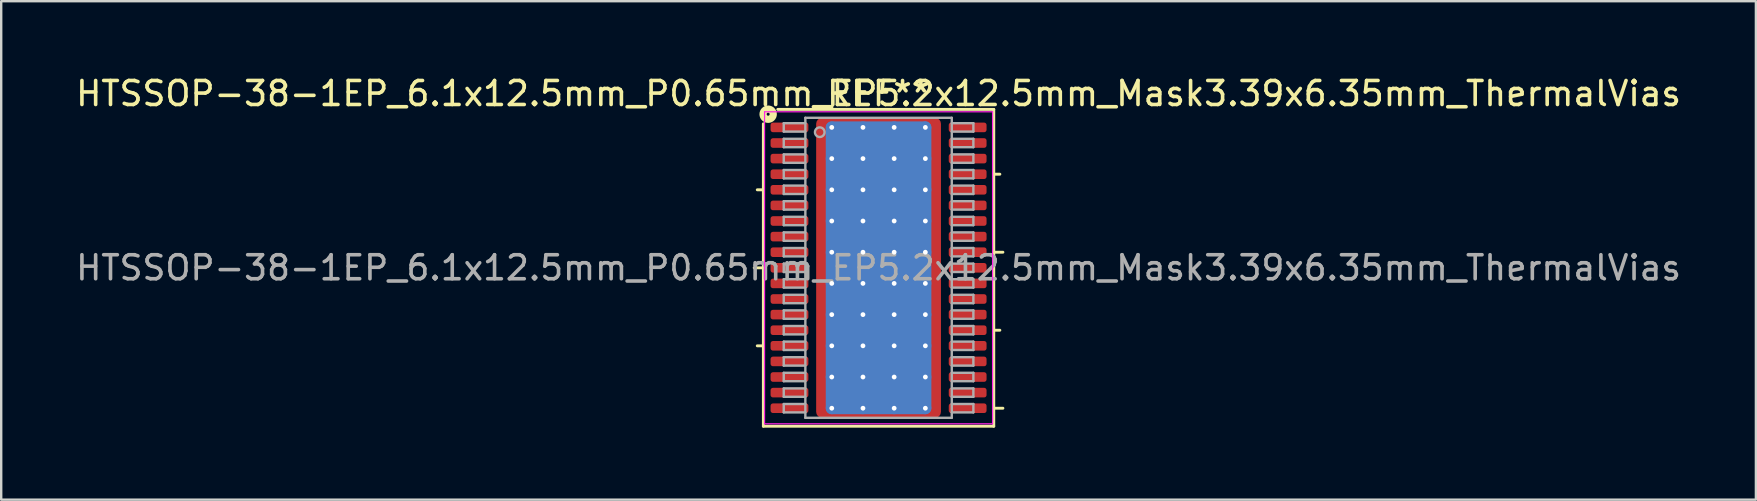
<source format=kicad_pcb>
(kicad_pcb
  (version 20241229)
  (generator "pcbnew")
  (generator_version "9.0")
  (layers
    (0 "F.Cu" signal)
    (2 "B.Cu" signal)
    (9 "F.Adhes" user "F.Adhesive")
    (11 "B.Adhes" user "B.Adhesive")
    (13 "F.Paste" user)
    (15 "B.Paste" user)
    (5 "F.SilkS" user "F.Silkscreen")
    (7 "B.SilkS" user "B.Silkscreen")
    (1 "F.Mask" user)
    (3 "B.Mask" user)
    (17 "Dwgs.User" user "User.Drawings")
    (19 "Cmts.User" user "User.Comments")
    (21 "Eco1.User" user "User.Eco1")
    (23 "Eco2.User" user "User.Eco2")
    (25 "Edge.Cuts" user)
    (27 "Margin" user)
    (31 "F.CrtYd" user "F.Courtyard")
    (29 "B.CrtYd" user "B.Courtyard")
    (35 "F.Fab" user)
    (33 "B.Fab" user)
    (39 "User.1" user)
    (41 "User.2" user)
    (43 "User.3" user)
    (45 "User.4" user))
  (footprint "HTSSOP-38-1EP_6.1x12.5mm_P0.65mm_EP5.2x12.5mm_Mask3.39x6.35mm_ThermalVias"
    (layer "F.Cu")
    (at 33.554 8.108)
    (property "Reference" "HTSSOP-38-1EP_6.1x12.5mm_P0.65mm_EP5.2x12.5mm_Mask3.39x6.35mm_ThermalVias" (at 0 -7.26 0) (layer "F.SilkS") (effects (font (size 1 1) (thickness 0.15))))
    (attr smd)
    (fp_line (start -4.8 -3.25) (end -5.054 -3.25) (stroke (width 0.12) (type solid)) (layer "F.SilkS"))
    (fp_line (start -4.8 0) (end -5.181 0) (stroke (width 0.12) (type solid)) (layer "F.SilkS"))
    (fp_line (start -4.8 3.25) (end -5.054 3.25) (stroke (width 0.12) (type solid)) (layer "F.SilkS"))
    (fp_line (start -4.8 6.6) (end -4.8 -6) (stroke (width 0.12) (type solid)) (layer "F.SilkS"))
    (fp_line (start -4.2 -6.6) (end 4.8 -6.6) (stroke (width 0.12) (type solid)) (layer "F.SilkS"))
    (fp_line (start 4.8 -6.6) (end 4.8 6.6) (stroke (width 0.12) (type solid)) (layer "F.SilkS"))
    (fp_line (start 4.8 -3.9) (end 5.054 -3.9) (stroke (width 0.12) (type solid)) (layer "F.SilkS"))
    (fp_line (start 4.8 -0.65) (end 5.181 -0.65) (stroke (width 0.12) (type solid)) (layer "F.SilkS"))
    (fp_line (start 4.8 2.6) (end 5.054 2.6) (stroke (width 0.12) (type solid)) (layer "F.SilkS"))
    (fp_line (start 4.8 5.85) (end 5.181 5.85) (stroke (width 0.12) (type solid)) (layer "F.SilkS"))
    (fp_line (start 4.8 6.6) (end -4.8 6.6) (stroke (width 0.12) (type solid)) (layer "F.SilkS"))
    (fp_circle (center -4.6 -6.4) (end -4.537 -6.4) (stroke (width 0.3) (type solid)) (fill no) (layer "F.SilkS"))
    (fp_line (start -4.75 -6.5) (end -4.75 6.5) (stroke (width 0.05) (type solid)) (layer "F.CrtYd"))
    (fp_line (start -4.75 6.5) (end 4.75 6.5) (stroke (width 0.05) (type solid)) (layer "F.CrtYd"))
    (fp_line (start 4.75 -6.5) (end -4.75 -6.5) (stroke (width 0.05) (type solid)) (layer "F.CrtYd"))
    (fp_line (start 4.75 6.5) (end 4.75 -6.5) (stroke (width 0.05) (type solid)) (layer "F.CrtYd"))
    (fp_line (start -3.95 -6.025) (end -3.95 -5.675) (stroke (width 0.1) (type solid)) (layer "F.Fab"))
    (fp_line (start -3.95 -6.025) (end -3.05 -6.025) (stroke (width 0.1) (type solid)) (layer "F.Fab"))
    (fp_line (start -3.95 -5.675) (end -3.05 -5.675) (stroke (width 0.1) (type solid)) (layer "F.Fab"))
    (fp_line (start -3.95 -5.375) (end -3.95 -5.025) (stroke (width 0.1) (type solid)) (layer "F.Fab"))
    (fp_line (start -3.95 -5.375) (end -3.05 -5.375) (stroke (width 0.1) (type solid)) (layer "F.Fab"))
    (fp_line (start -3.95 -5.025) (end -3.05 -5.025) (stroke (width 0.1) (type solid)) (layer "F.Fab"))
    (fp_line (start -3.95 -4.725) (end -3.95 -4.375) (stroke (width 0.1) (type solid)) (layer "F.Fab"))
    (fp_line (start -3.95 -4.725) (end -3.05 -4.725) (stroke (width 0.1) (type solid)) (layer "F.Fab"))
    (fp_line (start -3.95 -4.375) (end -3.05 -4.375) (stroke (width 0.1) (type solid)) (layer "F.Fab"))
    (fp_line (start -3.95 -4.075) (end -3.95 -3.725) (stroke (width 0.1) (type solid)) (layer "F.Fab"))
    (fp_line (start -3.95 -4.075) (end -3.05 -4.075) (stroke (width 0.1) (type solid)) (layer "F.Fab"))
    (fp_line (start -3.95 -3.725) (end -3.05 -3.725) (stroke (width 0.1) (type solid)) (layer "F.Fab"))
    (fp_line (start -3.95 -3.425) (end -3.95 -3.075) (stroke (width 0.1) (type solid)) (layer "F.Fab"))
    (fp_line (start -3.95 -3.425) (end -3.05 -3.425) (stroke (width 0.1) (type solid)) (layer "F.Fab"))
    (fp_line (start -3.95 -3.075) (end -3.05 -3.075) (stroke (width 0.1) (type solid)) (layer "F.Fab"))
    (fp_line (start -3.95 -2.775) (end -3.95 -2.425) (stroke (width 0.1) (type solid)) (layer "F.Fab"))
    (fp_line (start -3.95 -2.775) (end -3.05 -2.775) (stroke (width 0.1) (type solid)) (layer "F.Fab"))
    (fp_line (start -3.95 -2.425) (end -3.05 -2.425) (stroke (width 0.1) (type solid)) (layer "F.Fab"))
    (fp_line (start -3.95 -2.125) (end -3.95 -1.775) (stroke (width 0.1) (type solid)) (layer "F.Fab"))
    (fp_line (start -3.95 -2.125) (end -3.05 -2.125) (stroke (width 0.1) (type solid)) (layer "F.Fab"))
    (fp_line (start -3.95 -1.775) (end -3.05 -1.775) (stroke (width 0.1) (type solid)) (layer "F.Fab"))
    (fp_line (start -3.95 -1.475) (end -3.95 -1.125) (stroke (width 0.1) (type solid)) (layer "F.Fab"))
    (fp_line (start -3.95 -1.475) (end -3.05 -1.475) (stroke (width 0.1) (type solid)) (layer "F.Fab"))
    (fp_line (start -3.95 -1.125) (end -3.05 -1.125) (stroke (width 0.1) (type solid)) (layer "F.Fab"))
    (fp_line (start -3.95 -0.825) (end -3.95 -0.475) (stroke (width 0.1) (type solid)) (layer "F.Fab"))
    (fp_line (start -3.95 -0.825) (end -3.05 -0.825) (stroke (width 0.1) (type solid)) (layer "F.Fab"))
    (fp_line (start -3.95 -0.475) (end -3.05 -0.475) (stroke (width 0.1) (type solid)) (layer "F.Fab"))
    (fp_line (start -3.95 -0.175) (end -3.95 0.175) (stroke (width 0.1) (type solid)) (layer "F.Fab"))
    (fp_line (start -3.95 -0.175) (end -3.05 -0.175) (stroke (width 0.1) (type solid)) (layer "F.Fab"))
    (fp_line (start -3.95 0.175) (end -3.05 0.175) (stroke (width 0.1) (type solid)) (layer "F.Fab"))
    (fp_line (start -3.95 0.475) (end -3.95 0.825) (stroke (width 0.1) (type solid)) (layer "F.Fab"))
    (fp_line (start -3.95 0.475) (end -3.05 0.475) (stroke (width 0.1) (type solid)) (layer "F.Fab"))
    (fp_line (start -3.95 0.825) (end -3.05 0.825) (stroke (width 0.1) (type solid)) (layer "F.Fab"))
    (fp_line (start -3.95 1.125) (end -3.95 1.475) (stroke (width 0.1) (type solid)) (layer "F.Fab"))
    (fp_line (start -3.95 1.125) (end -3.05 1.125) (stroke (width 0.1) (type solid)) (layer "F.Fab"))
    (fp_line (start -3.95 1.475) (end -3.05 1.475) (stroke (width 0.1) (type solid)) (layer "F.Fab"))
    (fp_line (start -3.95 1.775) (end -3.95 2.125) (stroke (width 0.1) (type solid)) (layer "F.Fab"))
    (fp_line (start -3.95 1.775) (end -3.05 1.775) (stroke (width 0.1) (type solid)) (layer "F.Fab"))
    (fp_line (start -3.95 2.125) (end -3.05 2.125) (stroke (width 0.1) (type solid)) (layer "F.Fab"))
    (fp_line (start -3.95 2.425) (end -3.95 2.775) (stroke (width 0.1) (type solid)) (layer "F.Fab"))
    (fp_line (start -3.95 2.425) (end -3.05 2.425) (stroke (width 0.1) (type solid)) (layer "F.Fab"))
    (fp_line (start -3.95 2.775) (end -3.05 2.775) (stroke (width 0.1) (type solid)) (layer "F.Fab"))
    (fp_line (start -3.95 3.075) (end -3.95 3.425) (stroke (width 0.1) (type solid)) (layer "F.Fab"))
    (fp_line (start -3.95 3.075) (end -3.05 3.075) (stroke (width 0.1) (type solid)) (layer "F.Fab"))
    (fp_line (start -3.95 3.425) (end -3.05 3.425) (stroke (width 0.1) (type solid)) (layer "F.Fab"))
    (fp_line (start -3.95 3.725) (end -3.95 4.075) (stroke (width 0.1) (type solid)) (layer "F.Fab"))
    (fp_line (start -3.95 3.725) (end -3.05 3.725) (stroke (width 0.1) (type solid)) (layer "F.Fab"))
    (fp_line (start -3.95 4.075) (end -3.05 4.075) (stroke (width 0.1) (type solid)) (layer "F.Fab"))
    (fp_line (start -3.95 4.375) (end -3.95 4.725) (stroke (width 0.1) (type solid)) (layer "F.Fab"))
    (fp_line (start -3.95 4.375) (end -3.05 4.375) (stroke (width 0.1) (type solid)) (layer "F.Fab"))
    (fp_line (start -3.95 4.725) (end -3.05 4.725) (stroke (width 0.1) (type solid)) (layer "F.Fab"))
    (fp_line (start -3.95 5.025) (end -3.95 5.375) (stroke (width 0.1) (type solid)) (layer "F.Fab"))
    (fp_line (start -3.95 5.025) (end -3.05 5.025) (stroke (width 0.1) (type solid)) (layer "F.Fab"))
    (fp_line (start -3.95 5.375) (end -3.05 5.375) (stroke (width 0.1) (type solid)) (layer "F.Fab"))
    (fp_line (start -3.95 5.675) (end -3.95 6.025) (stroke (width 0.1) (type solid)) (layer "F.Fab"))
    (fp_line (start -3.95 5.675) (end -3.05 5.675) (stroke (width 0.1) (type solid)) (layer "F.Fab"))
    (fp_line (start -3.95 6.025) (end -3.05 6.025) (stroke (width 0.1) (type solid)) (layer "F.Fab"))
    (fp_line (start -3.05 -6.25) (end 3.05 -6.25) (stroke (width 0.1) (type solid)) (layer "F.Fab"))
    (fp_line (start -3.05 6.25) (end -3.05 -6.25) (stroke (width 0.1) (type solid)) (layer "F.Fab"))
    (fp_line (start 3.05 -6.25) (end 3.05 6.25) (stroke (width 0.1) (type solid)) (layer "F.Fab"))
    (fp_line (start 3.05 6.25) (end -3.05 6.25) (stroke (width 0.1) (type solid)) (layer "F.Fab"))
    (fp_line (start 3.95 -6.025) (end 3.05 -6.025) (stroke (width 0.1) (type solid)) (layer "F.Fab"))
    (fp_line (start 3.95 -5.675) (end 3.05 -5.675) (stroke (width 0.1) (type solid)) (layer "F.Fab"))
    (fp_line (start 3.95 -5.675) (end 3.95 -6.025) (stroke (width 0.1) (type solid)) (layer "F.Fab"))
    (fp_line (start 3.95 -5.375) (end 3.05 -5.375) (stroke (width 0.1) (type solid)) (layer "F.Fab"))
    (fp_line (start 3.95 -5.025) (end 3.05 -5.025) (stroke (width 0.1) (type solid)) (layer "F.Fab"))
    (fp_line (start 3.95 -5.025) (end 3.95 -5.375) (stroke (width 0.1) (type solid)) (layer "F.Fab"))
    (fp_line (start 3.95 -4.725) (end 3.05 -4.725) (stroke (width 0.1) (type solid)) (layer "F.Fab"))
    (fp_line (start 3.95 -4.375) (end 3.05 -4.375) (stroke (width 0.1) (type solid)) (layer "F.Fab"))
    (fp_line (start 3.95 -4.375) (end 3.95 -4.725) (stroke (width 0.1) (type solid)) (layer "F.Fab"))
    (fp_line (start 3.95 -4.075) (end 3.05 -4.075) (stroke (width 0.1) (type solid)) (layer "F.Fab"))
    (fp_line (start 3.95 -3.725) (end 3.05 -3.725) (stroke (width 0.1) (type solid)) (layer "F.Fab"))
    (fp_line (start 3.95 -3.725) (end 3.95 -4.075) (stroke (width 0.1) (type solid)) (layer "F.Fab"))
    (fp_line (start 3.95 -3.425) (end 3.05 -3.425) (stroke (width 0.1) (type solid)) (layer "F.Fab"))
    (fp_line (start 3.95 -3.075) (end 3.05 -3.075) (stroke (width 0.1) (type solid)) (layer "F.Fab"))
    (fp_line (start 3.95 -3.075) (end 3.95 -3.425) (stroke (width 0.1) (type solid)) (layer "F.Fab"))
    (fp_line (start 3.95 -2.775) (end 3.05 -2.775) (stroke (width 0.1) (type solid)) (layer "F.Fab"))
    (fp_line (start 3.95 -2.425) (end 3.05 -2.425) (stroke (width 0.1) (type solid)) (layer "F.Fab"))
    (fp_line (start 3.95 -2.425) (end 3.95 -2.775) (stroke (width 0.1) (type solid)) (layer "F.Fab"))
    (fp_line (start 3.95 -2.125) (end 3.05 -2.125) (stroke (width 0.1) (type solid)) (layer "F.Fab"))
    (fp_line (start 3.95 -1.775) (end 3.05 -1.775) (stroke (width 0.1) (type solid)) (layer "F.Fab"))
    (fp_line (start 3.95 -1.775) (end 3.95 -2.125) (stroke (width 0.1) (type solid)) (layer "F.Fab"))
    (fp_line (start 3.95 -1.475) (end 3.05 -1.475) (stroke (width 0.1) (type solid)) (layer "F.Fab"))
    (fp_line (start 3.95 -1.125) (end 3.05 -1.125) (stroke (width 0.1) (type solid)) (layer "F.Fab"))
    (fp_line (start 3.95 -1.125) (end 3.95 -1.475) (stroke (width 0.1) (type solid)) (layer "F.Fab"))
    (fp_line (start 3.95 -0.825) (end 3.05 -0.825) (stroke (width 0.1) (type solid)) (layer "F.Fab"))
    (fp_line (start 3.95 -0.475) (end 3.05 -0.475) (stroke (width 0.1) (type solid)) (layer "F.Fab"))
    (fp_line (start 3.95 -0.475) (end 3.95 -0.825) (stroke (width 0.1) (type solid)) (layer "F.Fab"))
    (fp_line (start 3.95 -0.175) (end 3.05 -0.175) (stroke (width 0.1) (type solid)) (layer "F.Fab"))
    (fp_line (start 3.95 0.175) (end 3.05 0.175) (stroke (width 0.1) (type solid)) (layer "F.Fab"))
    (fp_line (start 3.95 0.175) (end 3.95 -0.175) (stroke (width 0.1) (type solid)) (layer "F.Fab"))
    (fp_line (start 3.95 0.475) (end 3.05 0.475) (stroke (width 0.1) (type solid)) (layer "F.Fab"))
    (fp_line (start 3.95 0.825) (end 3.05 0.825) (stroke (width 0.1) (type solid)) (layer "F.Fab"))
    (fp_line (start 3.95 0.825) (end 3.95 0.475) (stroke (width 0.1) (type solid)) (layer "F.Fab"))
    (fp_line (start 3.95 1.125) (end 3.05 1.125) (stroke (width 0.1) (type solid)) (layer "F.Fab"))
    (fp_line (start 3.95 1.475) (end 3.05 1.475) (stroke (width 0.1) (type solid)) (layer "F.Fab"))
    (fp_line (start 3.95 1.475) (end 3.95 1.125) (stroke (width 0.1) (type solid)) (layer "F.Fab"))
    (fp_line (start 3.95 1.775) (end 3.05 1.775) (stroke (width 0.1) (type solid)) (layer "F.Fab"))
    (fp_line (start 3.95 2.125) (end 3.05 2.125) (stroke (width 0.1) (type solid)) (layer "F.Fab"))
    (fp_line (start 3.95 2.125) (end 3.95 1.775) (stroke (width 0.1) (type solid)) (layer "F.Fab"))
    (fp_line (start 3.95 2.425) (end 3.05 2.425) (stroke (width 0.1) (type solid)) (layer "F.Fab"))
    (fp_line (start 3.95 2.775) (end 3.05 2.775) (stroke (width 0.1) (type solid)) (layer "F.Fab"))
    (fp_line (start 3.95 2.775) (end 3.95 2.425) (stroke (width 0.1) (type solid)) (layer "F.Fab"))
    (fp_line (start 3.95 3.075) (end 3.05 3.075) (stroke (width 0.1) (type solid)) (layer "F.Fab"))
    (fp_line (start 3.95 3.425) (end 3.05 3.425) (stroke (width 0.1) (type solid)) (layer "F.Fab"))
    (fp_line (start 3.95 3.425) (end 3.95 3.075) (stroke (width 0.1) (type solid)) (layer "F.Fab"))
    (fp_line (start 3.95 3.725) (end 3.05 3.725) (stroke (width 0.1) (type solid)) (layer "F.Fab"))
    (fp_line (start 3.95 4.075) (end 3.05 4.075) (stroke (width 0.1) (type solid)) (layer "F.Fab"))
    (fp_line (start 3.95 4.075) (end 3.95 3.725) (stroke (width 0.1) (type solid)) (layer "F.Fab"))
    (fp_line (start 3.95 4.375) (end 3.05 4.375) (stroke (width 0.1) (type solid)) (layer "F.Fab"))
    (fp_line (start 3.95 4.725) (end 3.05 4.725) (stroke (width 0.1) (type solid)) (layer "F.Fab"))
    (fp_line (start 3.95 4.725) (end 3.95 4.375) (stroke (width 0.1) (type solid)) (layer "F.Fab"))
    (fp_line (start 3.95 5.025) (end 3.05 5.025) (stroke (width 0.1) (type solid)) (layer "F.Fab"))
    (fp_line (start 3.95 5.375) (end 3.05 5.375) (stroke (width 0.1) (type solid)) (layer "F.Fab"))
    (fp_line (start 3.95 5.375) (end 3.95 5.025) (stroke (width 0.1) (type solid)) (layer "F.Fab"))
    (fp_line (start 3.95 5.675) (end 3.05 5.675) (stroke (width 0.1) (type solid)) (layer "F.Fab"))
    (fp_line (start 3.95 6.025) (end 3.05 6.025) (stroke (width 0.1) (type solid)) (layer "F.Fab"))
    (fp_line (start 3.95 6.025) (end 3.95 5.675) (stroke (width 0.1) (type solid)) (layer "F.Fab"))
    (fp_circle (center -2.45 -5.65) (end -2.25 -5.65) (stroke (width 0.1) (type solid)) (fill no) (layer "F.Fab"))
    (fp_text user "REF**" (at 0 -7.26 0) (layer "F.SilkS") (effects (font (size 1 1) (thickness 0.15))))
    (fp_text user "${REFERENCE}" (at 0 0 0) (layer "F.Fab") (effects (font (size 1 1) (thickness 0.15))))
    (pad "" smd roundrect (at -0.85 -2.12) (size 1.37 1.71) (layers "F.Paste") (roundrect_rratio 0.182))
    (pad "" smd roundrect (at -0.85 0) (size 1.37 1.71) (layers "F.Paste") (roundrect_rratio 0.182))
    (pad "" smd roundrect (at -0.85 2.12) (size 1.37 1.71) (layers "F.Paste") (roundrect_rratio 0.182))
    (pad "" smd roundrect (at 0 0) (size 3.39 6.35) (layers "F.Mask") (roundrect_rratio 0.074))
    (pad "" smd roundrect (at 0.85 -2.12) (size 1.37 1.71) (layers "F.Paste") (roundrect_rratio 0.182))
    (pad "" smd roundrect (at 0.85 0) (size 1.37 1.71) (layers "F.Paste") (roundrect_rratio 0.182))
    (pad "" smd roundrect (at 0.85 2.12) (size 1.37 1.71) (layers "F.Paste") (roundrect_rratio 0.182))
    (pad "1" smd roundrect (at -3.712 -5.85) (size 1.575 0.4) (layers "F.Cu" "F.Mask" "F.Paste") (roundrect_rratio 0.25))
    (pad "2" smd roundrect (at -3.712 -5.2) (size 1.575 0.4) (layers "F.Cu" "F.Mask" "F.Paste") (roundrect_rratio 0.25))
    (pad "3" smd roundrect (at -3.712 -4.55) (size 1.575 0.4) (layers "F.Cu" "F.Mask" "F.Paste") (roundrect_rratio 0.25))
    (pad "4" smd roundrect (at -3.712 -3.9) (size 1.575 0.4) (layers "F.Cu" "F.Mask" "F.Paste") (roundrect_rratio 0.25))
    (pad "5" smd roundrect (at -3.712 -3.25) (size 1.575 0.4) (layers "F.Cu" "F.Mask" "F.Paste") (roundrect_rratio 0.25))
    (pad "6" smd roundrect (at -3.712 -2.6) (size 1.575 0.4) (layers "F.Cu" "F.Mask" "F.Paste") (roundrect_rratio 0.25))
    (pad "7" smd roundrect (at -3.712 -1.95) (size 1.575 0.4) (layers "F.Cu" "F.Mask" "F.Paste") (roundrect_rratio 0.25))
    (pad "8" smd roundrect (at -3.712 -1.3) (size 1.575 0.4) (layers "F.Cu" "F.Mask" "F.Paste") (roundrect_rratio 0.25))
    (pad "9" smd roundrect (at -3.712 -0.65) (size 1.575 0.4) (layers "F.Cu" "F.Mask" "F.Paste") (roundrect_rratio 0.25))
    (pad "10" smd roundrect (at -3.712 0) (size 1.575 0.4) (layers "F.Cu" "F.Mask" "F.Paste") (roundrect_rratio 0.25))
    (pad "11" smd roundrect (at -3.712 0.65) (size 1.575 0.4) (layers "F.Cu" "F.Mask" "F.Paste") (roundrect_rratio 0.25))
    (pad "12" smd roundrect (at -3.712 1.3) (size 1.575 0.4) (layers "F.Cu" "F.Mask" "F.Paste") (roundrect_rratio 0.25))
    (pad "13" smd roundrect (at -3.712 1.95) (size 1.575 0.4) (layers "F.Cu" "F.Mask" "F.Paste") (roundrect_rratio 0.25))
    (pad "14" smd roundrect (at -3.712 2.6) (size 1.575 0.4) (layers "F.Cu" "F.Mask" "F.Paste") (roundrect_rratio 0.25))
    (pad "15" smd roundrect (at -3.712 3.25) (size 1.575 0.4) (layers "F.Cu" "F.Mask" "F.Paste") (roundrect_rratio 0.25))
    (pad "16" smd roundrect (at -3.712 3.9) (size 1.575 0.4) (layers "F.Cu" "F.Mask" "F.Paste") (roundrect_rratio 0.25))
    (pad "17" smd roundrect (at -3.712 4.55) (size 1.575 0.4) (layers "F.Cu" "F.Mask" "F.Paste") (roundrect_rratio 0.25))
    (pad "18" smd roundrect (at -3.712 5.2) (size 1.575 0.4) (layers "F.Cu" "F.Mask" "F.Paste") (roundrect_rratio 0.25))
    (pad "19" smd roundrect (at -3.712 5.85) (size 1.575 0.4) (layers "F.Cu" "F.Mask" "F.Paste") (roundrect_rratio 0.25))
    (pad "20" smd roundrect (at 3.712 5.85) (size 1.575 0.4) (layers "F.Cu" "F.Mask" "F.Paste") (roundrect_rratio 0.25))
    (pad "21" smd roundrect (at 3.712 5.2) (size 1.575 0.4) (layers "F.Cu" "F.Mask" "F.Paste") (roundrect_rratio 0.25))
    (pad "22" smd roundrect (at 3.712 4.55) (size 1.575 0.4) (layers "F.Cu" "F.Mask" "F.Paste") (roundrect_rratio 0.25))
    (pad "23" smd roundrect (at 3.712 3.9) (size 1.575 0.4) (layers "F.Cu" "F.Mask" "F.Paste") (roundrect_rratio 0.25))
    (pad "24" smd roundrect (at 3.712 3.25) (size 1.575 0.4) (layers "F.Cu" "F.Mask" "F.Paste") (roundrect_rratio 0.25))
    (pad "25" smd roundrect (at 3.712 2.6) (size 1.575 0.4) (layers "F.Cu" "F.Mask" "F.Paste") (roundrect_rratio 0.25))
    (pad "26" smd roundrect (at 3.712 1.95) (size 1.575 0.4) (layers "F.Cu" "F.Mask" "F.Paste") (roundrect_rratio 0.25))
    (pad "27" smd roundrect (at 3.712 1.3) (size 1.575 0.4) (layers "F.Cu" "F.Mask" "F.Paste") (roundrect_rratio 0.25))
    (pad "28" smd roundrect (at 3.712 0.65) (size 1.575 0.4) (layers "F.Cu" "F.Mask" "F.Paste") (roundrect_rratio 0.25))
    (pad "29" smd roundrect (at 3.712 0) (size 1.575 0.4) (layers "F.Cu" "F.Mask" "F.Paste") (roundrect_rratio 0.25))
    (pad "30" smd roundrect (at 3.712 -0.65) (size 1.575 0.4) (layers "F.Cu" "F.Mask" "F.Paste") (roundrect_rratio 0.25))
    (pad "31" smd roundrect (at 3.712 -1.3) (size 1.575 0.4) (layers "F.Cu" "F.Mask" "F.Paste") (roundrect_rratio 0.25))
    (pad "32" smd roundrect (at 3.712 -1.95) (size 1.575 0.4) (layers "F.Cu" "F.Mask" "F.Paste") (roundrect_rratio 0.25))
    (pad "33" smd roundrect (at 3.712 -2.6) (size 1.575 0.4) (layers "F.Cu" "F.Mask" "F.Paste") (roundrect_rratio 0.25))
    (pad "34" smd roundrect (at 3.712 -3.25) (size 1.575 0.4) (layers "F.Cu" "F.Mask" "F.Paste") (roundrect_rratio 0.25))
    (pad "35" smd roundrect (at 3.712 -3.9) (size 1.575 0.4) (layers "F.Cu" "F.Mask" "F.Paste") (roundrect_rratio 0.25))
    (pad "36" smd roundrect (at 3.712 -4.55) (size 1.575 0.4) (layers "F.Cu" "F.Mask" "F.Paste") (roundrect_rratio 0.25))
    (pad "37" smd roundrect (at 3.712 -5.2) (size 1.575 0.4) (layers "F.Cu" "F.Mask" "F.Paste") (roundrect_rratio 0.25))
    (pad "38" smd roundrect (at 3.712 -5.85) (size 1.575 0.4) (layers "F.Cu" "F.Mask" "F.Paste") (roundrect_rratio 0.25))
    (pad "39" thru_hole circle (at -1.95 -5.85) (size 0.5 0.5) (drill 0.2) (property pad_prop_heatsink) (layers "*.Cu"))
    (pad "39" thru_hole circle (at -1.95 -4.55) (size 0.5 0.5) (drill 0.2) (property pad_prop_heatsink) (layers "*.Cu"))
    (pad "39" thru_hole circle (at -1.95 -3.25) (size 0.5 0.5) (drill 0.2) (property pad_prop_heatsink) (layers "*.Cu"))
    (pad "39" thru_hole circle (at -1.95 -1.95) (size 0.5 0.5) (drill 0.2) (property pad_prop_heatsink) (layers "*.Cu"))
    (pad "39" thru_hole circle (at -1.95 -0.65) (size 0.5 0.5) (drill 0.2) (property pad_prop_heatsink) (layers "*.Cu"))
    (pad "39" thru_hole circle (at -1.95 0.65) (size 0.5 0.5) (drill 0.2) (property pad_prop_heatsink) (layers "*.Cu"))
    (pad "39" thru_hole circle (at -1.95 1.95) (size 0.5 0.5) (drill 0.2) (property pad_prop_heatsink) (layers "*.Cu"))
    (pad "39" thru_hole circle (at -1.95 3.25) (size 0.5 0.5) (drill 0.2) (property pad_prop_heatsink) (layers "*.Cu"))
    (pad "39" thru_hole circle (at -1.95 4.55) (size 0.5 0.5) (drill 0.2) (property pad_prop_heatsink) (layers "*.Cu"))
    (pad "39" thru_hole circle (at -1.95 5.85) (size 0.5 0.5) (drill 0.2) (property pad_prop_heatsink) (layers "*.Cu"))
    (pad "39" thru_hole circle (at -0.65 -5.85) (size 0.5 0.5) (drill 0.2) (property pad_prop_heatsink) (layers "*.Cu"))
    (pad "39" thru_hole circle (at -0.65 -4.55) (size 0.5 0.5) (drill 0.2) (property pad_prop_heatsink) (layers "*.Cu"))
    (pad "39" thru_hole circle (at -0.65 -3.25) (size 0.5 0.5) (drill 0.2) (property pad_prop_heatsink) (layers "*.Cu"))
    (pad "39" thru_hole circle (at -0.65 -1.95) (size 0.5 0.5) (drill 0.2) (property pad_prop_heatsink) (layers "*.Cu"))
    (pad "39" thru_hole circle (at -0.65 -0.65) (size 0.5 0.5) (drill 0.2) (property pad_prop_heatsink) (layers "*.Cu"))
    (pad "39" thru_hole circle (at -0.65 0.65) (size 0.5 0.5) (drill 0.2) (property pad_prop_heatsink) (layers "*.Cu"))
    (pad "39" thru_hole circle (at -0.65 1.95) (size 0.5 0.5) (drill 0.2) (property pad_prop_heatsink) (layers "*.Cu"))
    (pad "39" thru_hole circle (at -0.65 3.25) (size 0.5 0.5) (drill 0.2) (property pad_prop_heatsink) (layers "*.Cu"))
    (pad "39" thru_hole circle (at -0.65 4.55) (size 0.5 0.5) (drill 0.2) (property pad_prop_heatsink) (layers "*.Cu"))
    (pad "39" thru_hole circle (at -0.65 5.85) (size 0.5 0.5) (drill 0.2) (property pad_prop_heatsink) (layers "*.Cu"))
    (pad "39" smd roundrect (at 0 0) (size 4.4 12.2) (layers "B.Cu" "B.Mask") (roundrect_rratio 0.057))
    (pad "39" smd roundrect (at 0 0) (size 5.2 12.5) (layers "F.Cu") (roundrect_rratio 0.048))
    (pad "39" thru_hole circle (at 0.65 -5.85) (size 0.5 0.5) (drill 0.2) (property pad_prop_heatsink) (layers "*.Cu"))
    (pad "39" thru_hole circle (at 0.65 -4.55) (size 0.5 0.5) (drill 0.2) (property pad_prop_heatsink) (layers "*.Cu"))
    (pad "39" thru_hole circle (at 0.65 -3.25) (size 0.5 0.5) (drill 0.2) (property pad_prop_heatsink) (layers "*.Cu"))
    (pad "39" thru_hole circle (at 0.65 -1.95) (size 0.5 0.5) (drill 0.2) (property pad_prop_heatsink) (layers "*.Cu"))
    (pad "39" thru_hole circle (at 0.65 -0.65) (size 0.5 0.5) (drill 0.2) (property pad_prop_heatsink) (layers "*.Cu"))
    (pad "39" thru_hole circle (at 0.65 0.65) (size 0.5 0.5) (drill 0.2) (property pad_prop_heatsink) (layers "*.Cu"))
    (pad "39" thru_hole circle (at 0.65 1.95) (size 0.5 0.5) (drill 0.2) (property pad_prop_heatsink) (layers "*.Cu"))
    (pad "39" thru_hole circle (at 0.65 3.25) (size 0.5 0.5) (drill 0.2) (property pad_prop_heatsink) (layers "*.Cu"))
    (pad "39" thru_hole circle (at 0.65 4.55) (size 0.5 0.5) (drill 0.2) (property pad_prop_heatsink) (layers "*.Cu"))
    (pad "39" thru_hole circle (at 0.65 5.85) (size 0.5 0.5) (drill 0.2) (property pad_prop_heatsink) (layers "*.Cu"))
    (pad "39" thru_hole circle (at 1.95 -5.85) (size 0.5 0.5) (drill 0.2) (property pad_prop_heatsink) (layers "*.Cu"))
    (pad "39" thru_hole circle (at 1.95 -4.55) (size 0.5 0.5) (drill 0.2) (property pad_prop_heatsink) (layers "*.Cu"))
    (pad "39" thru_hole circle (at 1.95 -3.25) (size 0.5 0.5) (drill 0.2) (property pad_prop_heatsink) (layers "*.Cu"))
    (pad "39" thru_hole circle (at 1.95 -1.95) (size 0.5 0.5) (drill 0.2) (property pad_prop_heatsink) (layers "*.Cu"))
    (pad "39" thru_hole circle (at 1.95 -0.65) (size 0.5 0.5) (drill 0.2) (property pad_prop_heatsink) (layers "*.Cu"))
    (pad "39" thru_hole circle (at 1.95 0.65) (size 0.5 0.5) (drill 0.2) (property pad_prop_heatsink) (layers "*.Cu"))
    (pad "39" thru_hole circle (at 1.95 1.95) (size 0.5 0.5) (drill 0.2) (property pad_prop_heatsink) (layers "*.Cu"))
    (pad "39" thru_hole circle (at 1.95 3.25) (size 0.5 0.5) (drill 0.2) (property pad_prop_heatsink) (layers "*.Cu"))
    (pad "39" thru_hole circle (at 1.95 4.55) (size 0.5 0.5) (drill 0.2) (property pad_prop_heatsink) (layers "*.Cu"))
    (pad "39" thru_hole circle (at 1.95 5.85) (size 0.5 0.5) (drill 0.2) (property pad_prop_heatsink) (layers "*.Cu")))
  (gr_rect
    (start -3 -3)
    (end 70.107 17.768)
    (stroke (width 0.1) (type default))
    (fill no)
    (layer "Edge.Cuts")))
</source>
